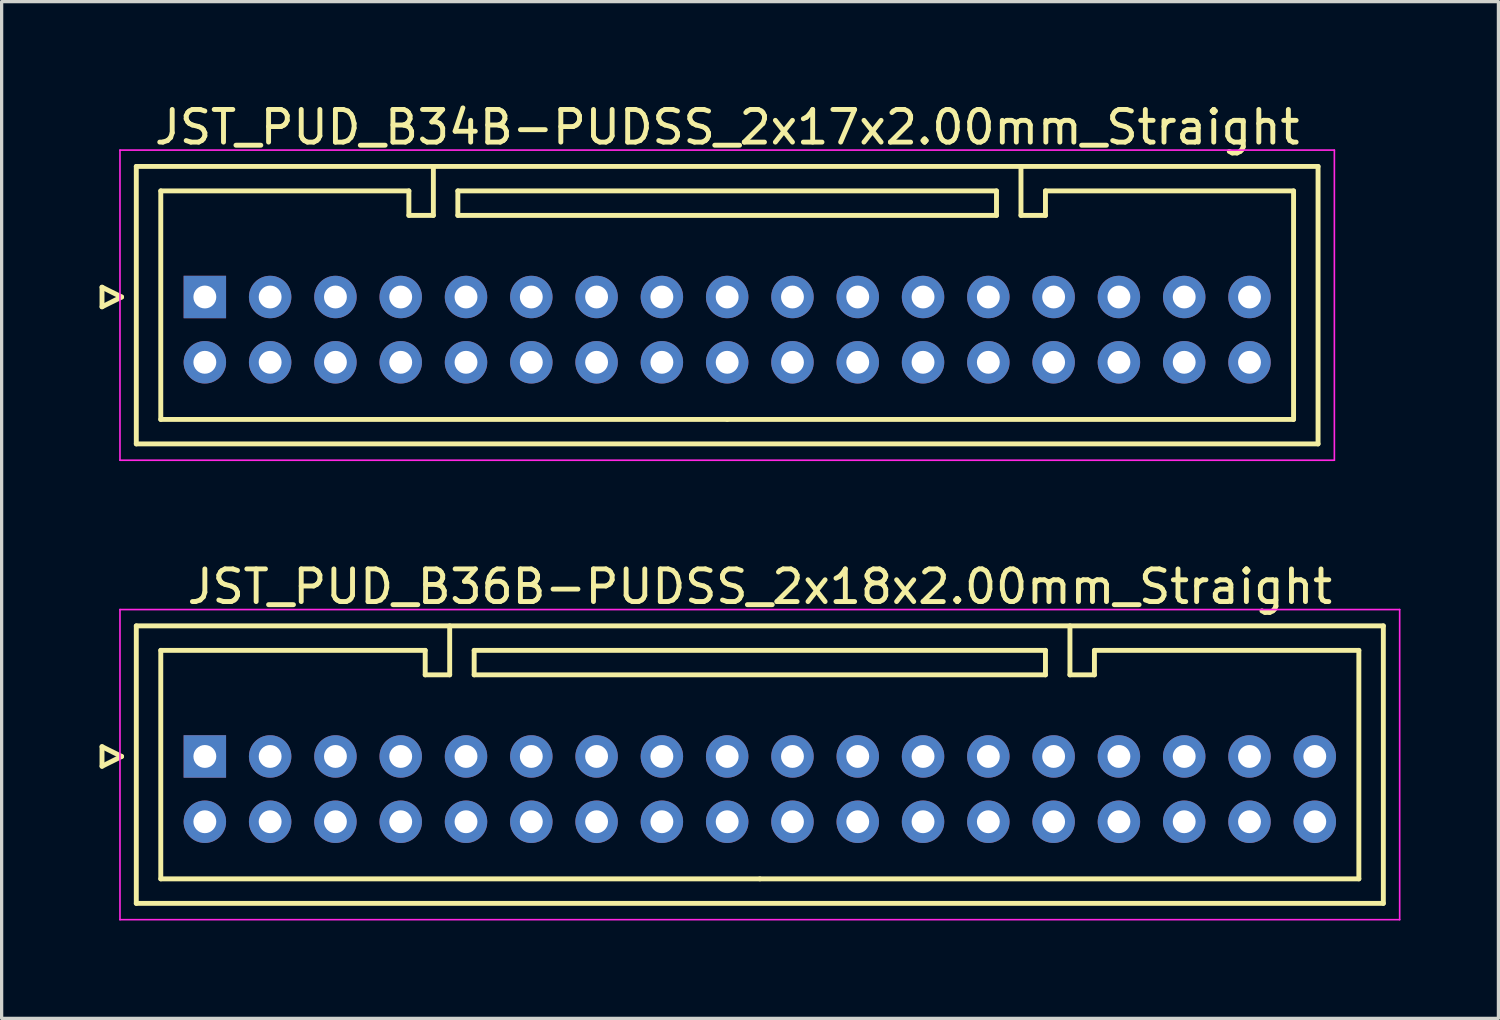
<source format=kicad_pcb>
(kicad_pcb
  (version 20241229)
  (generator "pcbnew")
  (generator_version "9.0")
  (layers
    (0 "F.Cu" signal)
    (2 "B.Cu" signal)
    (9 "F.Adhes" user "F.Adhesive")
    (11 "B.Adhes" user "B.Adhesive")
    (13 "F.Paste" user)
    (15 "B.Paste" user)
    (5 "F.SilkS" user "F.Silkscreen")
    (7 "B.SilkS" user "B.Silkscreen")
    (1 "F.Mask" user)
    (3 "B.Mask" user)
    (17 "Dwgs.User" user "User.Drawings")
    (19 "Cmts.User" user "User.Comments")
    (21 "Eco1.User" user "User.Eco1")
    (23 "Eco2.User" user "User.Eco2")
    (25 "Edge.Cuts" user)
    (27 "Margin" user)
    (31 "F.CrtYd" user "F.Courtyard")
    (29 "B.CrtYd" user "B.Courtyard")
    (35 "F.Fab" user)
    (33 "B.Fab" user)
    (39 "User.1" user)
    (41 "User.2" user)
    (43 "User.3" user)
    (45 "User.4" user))
  (footprint "JST_PUD_B36B-PUDSS_2x18x2.00mm_Straight"
    (layer "F.Cu")
    (at 3.225 20.122)
    (property "Reference" "JST_PUD_B36B-PUDSS_2x18x2.00mm_Straight" (at 17 -5.2 0) (layer "F.SilkS") (effects (font (size 1 1) (thickness 0.15))))
    (attr through_hole)
    (fp_line (start -3.15 -0.3) (end -2.55 0) (stroke (width 0.15) (type solid)) (layer "F.SilkS"))
    (fp_line (start -3.15 0.3) (end -3.15 -0.3) (stroke (width 0.15) (type solid)) (layer "F.SilkS"))
    (fp_line (start -2.55 0) (end -3.15 0.3) (stroke (width 0.15) (type solid)) (layer "F.SilkS"))
    (fp_line (start -2.1 -4) (end -2.1 4.5) (stroke (width 0.15) (type solid)) (layer "F.SilkS"))
    (fp_line (start -2.1 4.5) (end 36.1 4.5) (stroke (width 0.15) (type solid)) (layer "F.SilkS"))
    (fp_line (start -1.35 -3.25) (end -1.35 3.75) (stroke (width 0.15) (type solid)) (layer "F.SilkS"))
    (fp_line (start -1.35 3.75) (end 17 3.75) (stroke (width 0.15) (type solid)) (layer "F.SilkS"))
    (fp_line (start 6.75 -3.25) (end -1.35 -3.25) (stroke (width 0.15) (type solid)) (layer "F.SilkS"))
    (fp_line (start 6.75 -2.5) (end 6.75 -3.25) (stroke (width 0.15) (type solid)) (layer "F.SilkS"))
    (fp_line (start 7.5 -4) (end 7.5 -2.5) (stroke (width 0.15) (type solid)) (layer "F.SilkS"))
    (fp_line (start 7.5 -2.5) (end 6.75 -2.5) (stroke (width 0.15) (type solid)) (layer "F.SilkS"))
    (fp_line (start 8.25 -3.25) (end 8.25 -2.5) (stroke (width 0.15) (type solid)) (layer "F.SilkS"))
    (fp_line (start 8.25 -2.5) (end 25.75 -2.5) (stroke (width 0.15) (type solid)) (layer "F.SilkS"))
    (fp_line (start 25.75 -3.25) (end 8.25 -3.25) (stroke (width 0.15) (type solid)) (layer "F.SilkS"))
    (fp_line (start 25.75 -2.5) (end 25.75 -3.25) (stroke (width 0.15) (type solid)) (layer "F.SilkS"))
    (fp_line (start 26.5 -4) (end 26.5 -2.5) (stroke (width 0.15) (type solid)) (layer "F.SilkS"))
    (fp_line (start 26.5 -2.5) (end 27.25 -2.5) (stroke (width 0.15) (type solid)) (layer "F.SilkS"))
    (fp_line (start 27.25 -3.25) (end 35.35 -3.25) (stroke (width 0.15) (type solid)) (layer "F.SilkS"))
    (fp_line (start 27.25 -2.5) (end 27.25 -3.25) (stroke (width 0.15) (type solid)) (layer "F.SilkS"))
    (fp_line (start 35.35 -3.25) (end 35.35 3.75) (stroke (width 0.15) (type solid)) (layer "F.SilkS"))
    (fp_line (start 35.35 3.75) (end 17 3.75) (stroke (width 0.15) (type solid)) (layer "F.SilkS"))
    (fp_line (start 36.1 -4) (end -2.1 -4) (stroke (width 0.15) (type solid)) (layer "F.SilkS"))
    (fp_line (start 36.1 4.5) (end 36.1 -4) (stroke (width 0.15) (type solid)) (layer "F.SilkS"))
    (fp_line (start -2.6 -4.5) (end -2.6 5) (stroke (width 0.05) (type solid)) (layer "F.CrtYd"))
    (fp_line (start -2.6 5) (end 36.6 5) (stroke (width 0.05) (type solid)) (layer "F.CrtYd"))
    (fp_line (start 36.6 -4.5) (end -2.6 -4.5) (stroke (width 0.05) (type solid)) (layer "F.CrtYd"))
    (fp_line (start 36.6 5) (end 36.6 -4.5) (stroke (width 0.05) (type solid)) (layer "F.CrtYd"))
    (pad "1" thru_hole rect (at 0 0) (size 1.3 1.3) (drill 0.7) (layers "*.Cu" "*.Mask"))
    (pad "2" thru_hole circle (at 0 2) (size 1.3 1.3) (drill 0.7) (layers "*.Cu" "*.Mask"))
    (pad "3" thru_hole circle (at 2 0) (size 1.3 1.3) (drill 0.7) (layers "*.Cu" "*.Mask"))
    (pad "4" thru_hole circle (at 2 2) (size 1.3 1.3) (drill 0.7) (layers "*.Cu" "*.Mask"))
    (pad "5" thru_hole circle (at 4 0) (size 1.3 1.3) (drill 0.7) (layers "*.Cu" "*.Mask"))
    (pad "6" thru_hole circle (at 4 2) (size 1.3 1.3) (drill 0.7) (layers "*.Cu" "*.Mask"))
    (pad "7" thru_hole circle (at 6 0) (size 1.3 1.3) (drill 0.7) (layers "*.Cu" "*.Mask"))
    (pad "8" thru_hole circle (at 6 2) (size 1.3 1.3) (drill 0.7) (layers "*.Cu" "*.Mask"))
    (pad "9" thru_hole circle (at 8 0) (size 1.3 1.3) (drill 0.7) (layers "*.Cu" "*.Mask"))
    (pad "10" thru_hole circle (at 8 2) (size 1.3 1.3) (drill 0.7) (layers "*.Cu" "*.Mask"))
    (pad "11" thru_hole circle (at 10 0) (size 1.3 1.3) (drill 0.7) (layers "*.Cu" "*.Mask"))
    (pad "12" thru_hole circle (at 10 2) (size 1.3 1.3) (drill 0.7) (layers "*.Cu" "*.Mask"))
    (pad "13" thru_hole circle (at 12 0) (size 1.3 1.3) (drill 0.7) (layers "*.Cu" "*.Mask"))
    (pad "14" thru_hole circle (at 12 2) (size 1.3 1.3) (drill 0.7) (layers "*.Cu" "*.Mask"))
    (pad "15" thru_hole circle (at 14 0) (size 1.3 1.3) (drill 0.7) (layers "*.Cu" "*.Mask"))
    (pad "16" thru_hole circle (at 14 2) (size 1.3 1.3) (drill 0.7) (layers "*.Cu" "*.Mask"))
    (pad "17" thru_hole circle (at 16 0) (size 1.3 1.3) (drill 0.7) (layers "*.Cu" "*.Mask"))
    (pad "18" thru_hole circle (at 16 2) (size 1.3 1.3) (drill 0.7) (layers "*.Cu" "*.Mask"))
    (pad "19" thru_hole circle (at 18 0) (size 1.3 1.3) (drill 0.7) (layers "*.Cu" "*.Mask"))
    (pad "20" thru_hole circle (at 18 2) (size 1.3 1.3) (drill 0.7) (layers "*.Cu" "*.Mask"))
    (pad "21" thru_hole circle (at 20 0) (size 1.3 1.3) (drill 0.7) (layers "*.Cu" "*.Mask"))
    (pad "22" thru_hole circle (at 20 2) (size 1.3 1.3) (drill 0.7) (layers "*.Cu" "*.Mask"))
    (pad "23" thru_hole circle (at 22 0) (size 1.3 1.3) (drill 0.7) (layers "*.Cu" "*.Mask"))
    (pad "24" thru_hole circle (at 22 2) (size 1.3 1.3) (drill 0.7) (layers "*.Cu" "*.Mask"))
    (pad "25" thru_hole circle (at 24 0) (size 1.3 1.3) (drill 0.7) (layers "*.Cu" "*.Mask"))
    (pad "26" thru_hole circle (at 24 2) (size 1.3 1.3) (drill 0.7) (layers "*.Cu" "*.Mask"))
    (pad "27" thru_hole circle (at 26 0) (size 1.3 1.3) (drill 0.7) (layers "*.Cu" "*.Mask"))
    (pad "28" thru_hole circle (at 26 2) (size 1.3 1.3) (drill 0.7) (layers "*.Cu" "*.Mask"))
    (pad "29" thru_hole circle (at 28 0) (size 1.3 1.3) (drill 0.7) (layers "*.Cu" "*.Mask"))
    (pad "30" thru_hole circle (at 28 2) (size 1.3 1.3) (drill 0.7) (layers "*.Cu" "*.Mask"))
    (pad "31" thru_hole circle (at 30 0) (size 1.3 1.3) (drill 0.7) (layers "*.Cu" "*.Mask"))
    (pad "32" thru_hole circle (at 30 2) (size 1.3 1.3) (drill 0.7) (layers "*.Cu" "*.Mask"))
    (pad "33" thru_hole circle (at 32 0) (size 1.3 1.3) (drill 0.7) (layers "*.Cu" "*.Mask"))
    (pad "34" thru_hole circle (at 32 2) (size 1.3 1.3) (drill 0.7) (layers "*.Cu" "*.Mask"))
    (pad "35" thru_hole circle (at 34 0) (size 1.3 1.3) (drill 0.7) (layers "*.Cu" "*.Mask"))
    (pad "36" thru_hole circle (at 34 2) (size 1.3 1.3) (drill 0.7) (layers "*.Cu" "*.Mask")))
  (footprint "JST_PUD_B34B-PUDSS_2x17x2.00mm_Straight"
    (layer "F.Cu")
    (at 3.225 6.048)
    (property "Reference" "JST_PUD_B34B-PUDSS_2x17x2.00mm_Straight" (at 16 -5.2 0) (layer "F.SilkS") (effects (font (size 1 1) (thickness 0.15))))
    (attr through_hole)
    (fp_line (start -3.15 -0.3) (end -2.55 0) (stroke (width 0.15) (type solid)) (layer "F.SilkS"))
    (fp_line (start -3.15 0.3) (end -3.15 -0.3) (stroke (width 0.15) (type solid)) (layer "F.SilkS"))
    (fp_line (start -2.55 0) (end -3.15 0.3) (stroke (width 0.15) (type solid)) (layer "F.SilkS"))
    (fp_line (start -2.1 -4) (end -2.1 4.5) (stroke (width 0.15) (type solid)) (layer "F.SilkS"))
    (fp_line (start -2.1 4.5) (end 34.1 4.5) (stroke (width 0.15) (type solid)) (layer "F.SilkS"))
    (fp_line (start -1.35 -3.25) (end -1.35 3.75) (stroke (width 0.15) (type solid)) (layer "F.SilkS"))
    (fp_line (start -1.35 3.75) (end 16 3.75) (stroke (width 0.15) (type solid)) (layer "F.SilkS"))
    (fp_line (start 6.25 -3.25) (end -1.35 -3.25) (stroke (width 0.15) (type solid)) (layer "F.SilkS"))
    (fp_line (start 6.25 -2.5) (end 6.25 -3.25) (stroke (width 0.15) (type solid)) (layer "F.SilkS"))
    (fp_line (start 7 -4) (end 7 -2.5) (stroke (width 0.15) (type solid)) (layer "F.SilkS"))
    (fp_line (start 7 -2.5) (end 6.25 -2.5) (stroke (width 0.15) (type solid)) (layer "F.SilkS"))
    (fp_line (start 7.75 -3.25) (end 7.75 -2.5) (stroke (width 0.15) (type solid)) (layer "F.SilkS"))
    (fp_line (start 7.75 -2.5) (end 24.25 -2.5) (stroke (width 0.15) (type solid)) (layer "F.SilkS"))
    (fp_line (start 24.25 -3.25) (end 7.75 -3.25) (stroke (width 0.15) (type solid)) (layer "F.SilkS"))
    (fp_line (start 24.25 -2.5) (end 24.25 -3.25) (stroke (width 0.15) (type solid)) (layer "F.SilkS"))
    (fp_line (start 25 -4) (end 25 -2.5) (stroke (width 0.15) (type solid)) (layer "F.SilkS"))
    (fp_line (start 25 -2.5) (end 25.75 -2.5) (stroke (width 0.15) (type solid)) (layer "F.SilkS"))
    (fp_line (start 25.75 -3.25) (end 33.35 -3.25) (stroke (width 0.15) (type solid)) (layer "F.SilkS"))
    (fp_line (start 25.75 -2.5) (end 25.75 -3.25) (stroke (width 0.15) (type solid)) (layer "F.SilkS"))
    (fp_line (start 33.35 -3.25) (end 33.35 3.75) (stroke (width 0.15) (type solid)) (layer "F.SilkS"))
    (fp_line (start 33.35 3.75) (end 16 3.75) (stroke (width 0.15) (type solid)) (layer "F.SilkS"))
    (fp_line (start 34.1 -4) (end -2.1 -4) (stroke (width 0.15) (type solid)) (layer "F.SilkS"))
    (fp_line (start 34.1 4.5) (end 34.1 -4) (stroke (width 0.15) (type solid)) (layer "F.SilkS"))
    (fp_line (start -2.6 -4.5) (end -2.6 5) (stroke (width 0.05) (type solid)) (layer "F.CrtYd"))
    (fp_line (start -2.6 5) (end 34.6 5) (stroke (width 0.05) (type solid)) (layer "F.CrtYd"))
    (fp_line (start 34.6 -4.5) (end -2.6 -4.5) (stroke (width 0.05) (type solid)) (layer "F.CrtYd"))
    (fp_line (start 34.6 5) (end 34.6 -4.5) (stroke (width 0.05) (type solid)) (layer "F.CrtYd"))
    (pad "1" thru_hole rect (at 0 0) (size 1.3 1.3) (drill 0.7) (layers "*.Cu" "*.Mask"))
    (pad "2" thru_hole circle (at 0 2) (size 1.3 1.3) (drill 0.7) (layers "*.Cu" "*.Mask"))
    (pad "3" thru_hole circle (at 2 0) (size 1.3 1.3) (drill 0.7) (layers "*.Cu" "*.Mask"))
    (pad "4" thru_hole circle (at 2 2) (size 1.3 1.3) (drill 0.7) (layers "*.Cu" "*.Mask"))
    (pad "5" thru_hole circle (at 4 0) (size 1.3 1.3) (drill 0.7) (layers "*.Cu" "*.Mask"))
    (pad "6" thru_hole circle (at 4 2) (size 1.3 1.3) (drill 0.7) (layers "*.Cu" "*.Mask"))
    (pad "7" thru_hole circle (at 6 0) (size 1.3 1.3) (drill 0.7) (layers "*.Cu" "*.Mask"))
    (pad "8" thru_hole circle (at 6 2) (size 1.3 1.3) (drill 0.7) (layers "*.Cu" "*.Mask"))
    (pad "9" thru_hole circle (at 8 0) (size 1.3 1.3) (drill 0.7) (layers "*.Cu" "*.Mask"))
    (pad "10" thru_hole circle (at 8 2) (size 1.3 1.3) (drill 0.7) (layers "*.Cu" "*.Mask"))
    (pad "11" thru_hole circle (at 10 0) (size 1.3 1.3) (drill 0.7) (layers "*.Cu" "*.Mask"))
    (pad "12" thru_hole circle (at 10 2) (size 1.3 1.3) (drill 0.7) (layers "*.Cu" "*.Mask"))
    (pad "13" thru_hole circle (at 12 0) (size 1.3 1.3) (drill 0.7) (layers "*.Cu" "*.Mask"))
    (pad "14" thru_hole circle (at 12 2) (size 1.3 1.3) (drill 0.7) (layers "*.Cu" "*.Mask"))
    (pad "15" thru_hole circle (at 14 0) (size 1.3 1.3) (drill 0.7) (layers "*.Cu" "*.Mask"))
    (pad "16" thru_hole circle (at 14 2) (size 1.3 1.3) (drill 0.7) (layers "*.Cu" "*.Mask"))
    (pad "17" thru_hole circle (at 16 0) (size 1.3 1.3) (drill 0.7) (layers "*.Cu" "*.Mask"))
    (pad "18" thru_hole circle (at 16 2) (size 1.3 1.3) (drill 0.7) (layers "*.Cu" "*.Mask"))
    (pad "19" thru_hole circle (at 18 0) (size 1.3 1.3) (drill 0.7) (layers "*.Cu" "*.Mask"))
    (pad "20" thru_hole circle (at 18 2) (size 1.3 1.3) (drill 0.7) (layers "*.Cu" "*.Mask"))
    (pad "21" thru_hole circle (at 20 0) (size 1.3 1.3) (drill 0.7) (layers "*.Cu" "*.Mask"))
    (pad "22" thru_hole circle (at 20 2) (size 1.3 1.3) (drill 0.7) (layers "*.Cu" "*.Mask"))
    (pad "23" thru_hole circle (at 22 0) (size 1.3 1.3) (drill 0.7) (layers "*.Cu" "*.Mask"))
    (pad "24" thru_hole circle (at 22 2) (size 1.3 1.3) (drill 0.7) (layers "*.Cu" "*.Mask"))
    (pad "25" thru_hole circle (at 24 0) (size 1.3 1.3) (drill 0.7) (layers "*.Cu" "*.Mask"))
    (pad "26" thru_hole circle (at 24 2) (size 1.3 1.3) (drill 0.7) (layers "*.Cu" "*.Mask"))
    (pad "27" thru_hole circle (at 26 0) (size 1.3 1.3) (drill 0.7) (layers "*.Cu" "*.Mask"))
    (pad "28" thru_hole circle (at 26 2) (size 1.3 1.3) (drill 0.7) (layers "*.Cu" "*.Mask"))
    (pad "29" thru_hole circle (at 28 0) (size 1.3 1.3) (drill 0.7) (layers "*.Cu" "*.Mask"))
    (pad "30" thru_hole circle (at 28 2) (size 1.3 1.3) (drill 0.7) (layers "*.Cu" "*.Mask"))
    (pad "31" thru_hole circle (at 30 0) (size 1.3 1.3) (drill 0.7) (layers "*.Cu" "*.Mask"))
    (pad "32" thru_hole circle (at 30 2) (size 1.3 1.3) (drill 0.7) (layers "*.Cu" "*.Mask"))
    (pad "33" thru_hole circle (at 32 0) (size 1.3 1.3) (drill 0.7) (layers "*.Cu" "*.Mask"))
    (pad "34" thru_hole circle (at 32 2) (size 1.3 1.3) (drill 0.7) (layers "*.Cu" "*.Mask")))
  (gr_rect
    (start -3 -3)
    (end 42.85 28.146)
    (stroke (width 0.1) (type default))
    (fill no)
    (layer "Edge.Cuts")))
</source>
